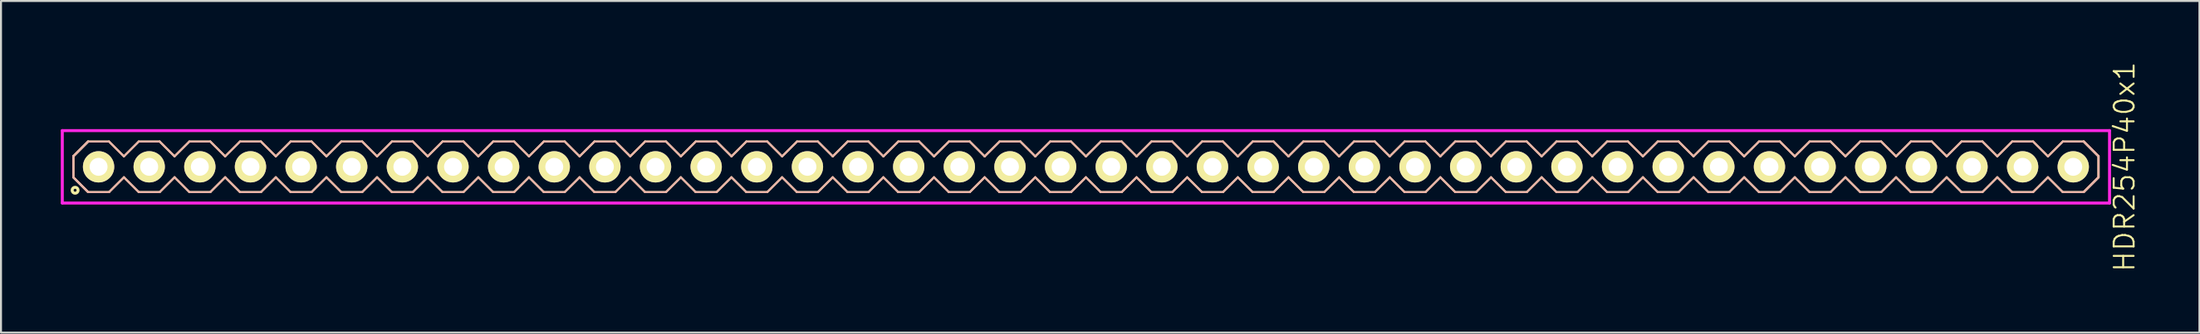
<source format=kicad_pcb>
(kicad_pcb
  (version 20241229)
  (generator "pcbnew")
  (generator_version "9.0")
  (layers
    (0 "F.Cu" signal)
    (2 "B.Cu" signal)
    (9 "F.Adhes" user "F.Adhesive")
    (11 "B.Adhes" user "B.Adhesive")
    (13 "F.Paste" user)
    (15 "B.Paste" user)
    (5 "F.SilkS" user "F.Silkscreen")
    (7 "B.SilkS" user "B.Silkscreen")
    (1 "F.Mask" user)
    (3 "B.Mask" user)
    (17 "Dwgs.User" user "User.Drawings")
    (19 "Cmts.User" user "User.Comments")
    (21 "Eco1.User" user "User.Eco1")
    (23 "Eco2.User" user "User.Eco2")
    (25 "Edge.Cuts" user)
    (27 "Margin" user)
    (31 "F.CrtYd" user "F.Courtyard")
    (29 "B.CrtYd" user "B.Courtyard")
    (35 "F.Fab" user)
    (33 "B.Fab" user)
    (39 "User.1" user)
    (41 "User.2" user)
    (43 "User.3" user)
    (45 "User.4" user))
  (footprint "HDR254P40x1"
    (layer "F.Cu")
    (at 51.425 5.336)
    (property "Reference" "HDR254P40x1" (at 52.1 0 90) (layer "F.SilkS") (effects (font (size 1 1) (thickness 0.1))))
    (attr through_hole)
    (fp_line (start -50.8 -0.526) (end -50.056 -1.27) (stroke (width 0.1) (type solid)) (layer "F.SilkS"))
    (fp_line (start -50.8 -0.526) (end -50.056 -1.27) (stroke (width 0.1) (type solid)) (layer "F.SilkS"))
    (fp_line (start -50.8 0.526) (end -50.8 -0.526) (stroke (width 0.1) (type solid)) (layer "F.SilkS"))
    (fp_line (start -50.8 0.526) (end -50.8 -0.526) (stroke (width 0.1) (type solid)) (layer "F.SilkS"))
    (fp_line (start -50.056 -1.27) (end -49.004 -1.27) (stroke (width 0.1) (type solid)) (layer "F.SilkS"))
    (fp_line (start -50.056 1.27) (end -50.8 0.526) (stroke (width 0.1) (type solid)) (layer "F.SilkS"))
    (fp_line (start -50.056 1.27) (end -50.8 0.526) (stroke (width 0.1) (type solid)) (layer "F.SilkS"))
    (fp_line (start -49.004 -1.27) (end -48.26 -0.526) (stroke (width 0.1) (type solid)) (layer "F.SilkS"))
    (fp_line (start -49.004 1.27) (end -50.056 1.27) (stroke (width 0.1) (type solid)) (layer "F.SilkS"))
    (fp_line (start -48.26 -0.526) (end -47.516 -1.27) (stroke (width 0.1) (type solid)) (layer "F.SilkS"))
    (fp_line (start -48.26 0.526) (end -49.004 1.27) (stroke (width 0.1) (type solid)) (layer "F.SilkS"))
    (fp_line (start -47.516 -1.27) (end -46.464 -1.27) (stroke (width 0.1) (type solid)) (layer "F.SilkS"))
    (fp_line (start -47.516 1.27) (end -48.26 0.526) (stroke (width 0.1) (type solid)) (layer "F.SilkS"))
    (fp_line (start -46.464 -1.27) (end -45.72 -0.526) (stroke (width 0.1) (type solid)) (layer "F.SilkS"))
    (fp_line (start -46.464 1.27) (end -47.516 1.27) (stroke (width 0.1) (type solid)) (layer "F.SilkS"))
    (fp_line (start -45.72 -0.526) (end -44.976 -1.27) (stroke (width 0.1) (type solid)) (layer "F.SilkS"))
    (fp_line (start -45.72 0.526) (end -46.464 1.27) (stroke (width 0.1) (type solid)) (layer "F.SilkS"))
    (fp_line (start -44.976 -1.27) (end -43.924 -1.27) (stroke (width 0.1) (type solid)) (layer "F.SilkS"))
    (fp_line (start -44.976 1.27) (end -45.72 0.526) (stroke (width 0.1) (type solid)) (layer "F.SilkS"))
    (fp_line (start -43.924 -1.27) (end -43.18 -0.526) (stroke (width 0.1) (type solid)) (layer "F.SilkS"))
    (fp_line (start -43.924 1.27) (end -44.976 1.27) (stroke (width 0.1) (type solid)) (layer "F.SilkS"))
    (fp_line (start -43.18 -0.526) (end -42.436 -1.27) (stroke (width 0.1) (type solid)) (layer "F.SilkS"))
    (fp_line (start -43.18 0.526) (end -43.924 1.27) (stroke (width 0.1) (type solid)) (layer "F.SilkS"))
    (fp_line (start -42.436 -1.27) (end -41.384 -1.27) (stroke (width 0.1) (type solid)) (layer "F.SilkS"))
    (fp_line (start -42.436 1.27) (end -43.18 0.526) (stroke (width 0.1) (type solid)) (layer "F.SilkS"))
    (fp_line (start -41.384 -1.27) (end -40.64 -0.526) (stroke (width 0.1) (type solid)) (layer "F.SilkS"))
    (fp_line (start -41.384 1.27) (end -42.436 1.27) (stroke (width 0.1) (type solid)) (layer "F.SilkS"))
    (fp_line (start -40.64 -0.526) (end -39.896 -1.27) (stroke (width 0.1) (type solid)) (layer "F.SilkS"))
    (fp_line (start -40.64 0.526) (end -41.384 1.27) (stroke (width 0.1) (type solid)) (layer "F.SilkS"))
    (fp_line (start -39.896 -1.27) (end -38.844 -1.27) (stroke (width 0.1) (type solid)) (layer "F.SilkS"))
    (fp_line (start -39.896 1.27) (end -40.64 0.526) (stroke (width 0.1) (type solid)) (layer "F.SilkS"))
    (fp_line (start -38.844 -1.27) (end -38.1 -0.526) (stroke (width 0.1) (type solid)) (layer "F.SilkS"))
    (fp_line (start -38.844 1.27) (end -39.896 1.27) (stroke (width 0.1) (type solid)) (layer "F.SilkS"))
    (fp_line (start -38.1 -0.526) (end -37.356 -1.27) (stroke (width 0.1) (type solid)) (layer "F.SilkS"))
    (fp_line (start -38.1 0.526) (end -38.844 1.27) (stroke (width 0.1) (type solid)) (layer "F.SilkS"))
    (fp_line (start -37.356 -1.27) (end -36.304 -1.27) (stroke (width 0.1) (type solid)) (layer "F.SilkS"))
    (fp_line (start -37.356 1.27) (end -38.1 0.526) (stroke (width 0.1) (type solid)) (layer "F.SilkS"))
    (fp_line (start -36.304 -1.27) (end -35.56 -0.526) (stroke (width 0.1) (type solid)) (layer "F.SilkS"))
    (fp_line (start -36.304 1.27) (end -37.356 1.27) (stroke (width 0.1) (type solid)) (layer "F.SilkS"))
    (fp_line (start -35.56 -0.526) (end -34.816 -1.27) (stroke (width 0.1) (type solid)) (layer "F.SilkS"))
    (fp_line (start -35.56 0.526) (end -36.304 1.27) (stroke (width 0.1) (type solid)) (layer "F.SilkS"))
    (fp_line (start -34.816 -1.27) (end -33.764 -1.27) (stroke (width 0.1) (type solid)) (layer "F.SilkS"))
    (fp_line (start -34.816 1.27) (end -35.56 0.526) (stroke (width 0.1) (type solid)) (layer "F.SilkS"))
    (fp_line (start -33.764 -1.27) (end -33.02 -0.526) (stroke (width 0.1) (type solid)) (layer "F.SilkS"))
    (fp_line (start -33.764 1.27) (end -34.816 1.27) (stroke (width 0.1) (type solid)) (layer "F.SilkS"))
    (fp_line (start -33.02 -0.526) (end -32.276 -1.27) (stroke (width 0.1) (type solid)) (layer "F.SilkS"))
    (fp_line (start -33.02 0.526) (end -33.764 1.27) (stroke (width 0.1) (type solid)) (layer "F.SilkS"))
    (fp_line (start -32.276 -1.27) (end -31.224 -1.27) (stroke (width 0.1) (type solid)) (layer "F.SilkS"))
    (fp_line (start -32.276 1.27) (end -33.02 0.526) (stroke (width 0.1) (type solid)) (layer "F.SilkS"))
    (fp_line (start -31.224 -1.27) (end -30.48 -0.526) (stroke (width 0.1) (type solid)) (layer "F.SilkS"))
    (fp_line (start -31.224 1.27) (end -32.276 1.27) (stroke (width 0.1) (type solid)) (layer "F.SilkS"))
    (fp_line (start -30.48 -0.526) (end -29.736 -1.27) (stroke (width 0.1) (type solid)) (layer "F.SilkS"))
    (fp_line (start -30.48 0.526) (end -31.224 1.27) (stroke (width 0.1) (type solid)) (layer "F.SilkS"))
    (fp_line (start -29.736 -1.27) (end -28.684 -1.27) (stroke (width 0.1) (type solid)) (layer "F.SilkS"))
    (fp_line (start -29.736 1.27) (end -30.48 0.526) (stroke (width 0.1) (type solid)) (layer "F.SilkS"))
    (fp_line (start -28.684 -1.27) (end -27.94 -0.526) (stroke (width 0.1) (type solid)) (layer "F.SilkS"))
    (fp_line (start -28.684 1.27) (end -29.736 1.27) (stroke (width 0.1) (type solid)) (layer "F.SilkS"))
    (fp_line (start -27.94 -0.526) (end -27.196 -1.27) (stroke (width 0.1) (type solid)) (layer "F.SilkS"))
    (fp_line (start -27.94 0.526) (end -28.684 1.27) (stroke (width 0.1) (type solid)) (layer "F.SilkS"))
    (fp_line (start -27.196 -1.27) (end -26.144 -1.27) (stroke (width 0.1) (type solid)) (layer "F.SilkS"))
    (fp_line (start -27.196 1.27) (end -27.94 0.526) (stroke (width 0.1) (type solid)) (layer "F.SilkS"))
    (fp_line (start -26.144 -1.27) (end -25.4 -0.526) (stroke (width 0.1) (type solid)) (layer "F.SilkS"))
    (fp_line (start -26.144 1.27) (end -27.196 1.27) (stroke (width 0.1) (type solid)) (layer "F.SilkS"))
    (fp_line (start -25.4 -0.526) (end -24.656 -1.27) (stroke (width 0.1) (type solid)) (layer "F.SilkS"))
    (fp_line (start -25.4 0.526) (end -26.144 1.27) (stroke (width 0.1) (type solid)) (layer "F.SilkS"))
    (fp_line (start -24.656 -1.27) (end -23.604 -1.27) (stroke (width 0.1) (type solid)) (layer "F.SilkS"))
    (fp_line (start -24.656 1.27) (end -25.4 0.526) (stroke (width 0.1) (type solid)) (layer "F.SilkS"))
    (fp_line (start -23.604 -1.27) (end -22.86 -0.526) (stroke (width 0.1) (type solid)) (layer "F.SilkS"))
    (fp_line (start -23.604 1.27) (end -24.656 1.27) (stroke (width 0.1) (type solid)) (layer "F.SilkS"))
    (fp_line (start -22.86 -0.526) (end -22.116 -1.27) (stroke (width 0.1) (type solid)) (layer "F.SilkS"))
    (fp_line (start -22.86 0.526) (end -23.604 1.27) (stroke (width 0.1) (type solid)) (layer "F.SilkS"))
    (fp_line (start -22.116 -1.27) (end -21.064 -1.27) (stroke (width 0.1) (type solid)) (layer "F.SilkS"))
    (fp_line (start -22.116 1.27) (end -22.86 0.526) (stroke (width 0.1) (type solid)) (layer "F.SilkS"))
    (fp_line (start -21.064 -1.27) (end -20.32 -0.526) (stroke (width 0.1) (type solid)) (layer "F.SilkS"))
    (fp_line (start -21.064 1.27) (end -22.116 1.27) (stroke (width 0.1) (type solid)) (layer "F.SilkS"))
    (fp_line (start -20.32 -0.526) (end -19.576 -1.27) (stroke (width 0.1) (type solid)) (layer "F.SilkS"))
    (fp_line (start -20.32 0.526) (end -21.064 1.27) (stroke (width 0.1) (type solid)) (layer "F.SilkS"))
    (fp_line (start -19.576 -1.27) (end -18.524 -1.27) (stroke (width 0.1) (type solid)) (layer "F.SilkS"))
    (fp_line (start -19.576 1.27) (end -20.32 0.526) (stroke (width 0.1) (type solid)) (layer "F.SilkS"))
    (fp_line (start -18.524 -1.27) (end -17.78 -0.526) (stroke (width 0.1) (type solid)) (layer "F.SilkS"))
    (fp_line (start -18.524 1.27) (end -19.576 1.27) (stroke (width 0.1) (type solid)) (layer "F.SilkS"))
    (fp_line (start -17.78 -0.526) (end -17.036 -1.27) (stroke (width 0.1) (type solid)) (layer "F.SilkS"))
    (fp_line (start -17.78 0.526) (end -18.524 1.27) (stroke (width 0.1) (type solid)) (layer "F.SilkS"))
    (fp_line (start -17.036 -1.27) (end -15.984 -1.27) (stroke (width 0.1) (type solid)) (layer "F.SilkS"))
    (fp_line (start -17.036 1.27) (end -17.78 0.526) (stroke (width 0.1) (type solid)) (layer "F.SilkS"))
    (fp_line (start -15.984 -1.27) (end -15.24 -0.526) (stroke (width 0.1) (type solid)) (layer "F.SilkS"))
    (fp_line (start -15.984 1.27) (end -17.036 1.27) (stroke (width 0.1) (type solid)) (layer "F.SilkS"))
    (fp_line (start -15.24 -0.526) (end -14.496 -1.27) (stroke (width 0.1) (type solid)) (layer "F.SilkS"))
    (fp_line (start -15.24 0.526) (end -15.984 1.27) (stroke (width 0.1) (type solid)) (layer "F.SilkS"))
    (fp_line (start -14.496 -1.27) (end -13.444 -1.27) (stroke (width 0.1) (type solid)) (layer "F.SilkS"))
    (fp_line (start -14.496 1.27) (end -15.24 0.526) (stroke (width 0.1) (type solid)) (layer "F.SilkS"))
    (fp_line (start -13.444 -1.27) (end -12.7 -0.526) (stroke (width 0.1) (type solid)) (layer "F.SilkS"))
    (fp_line (start -13.444 1.27) (end -14.496 1.27) (stroke (width 0.1) (type solid)) (layer "F.SilkS"))
    (fp_line (start -12.7 -0.526) (end -11.956 -1.27) (stroke (width 0.1) (type solid)) (layer "F.SilkS"))
    (fp_line (start -12.7 0.526) (end -13.444 1.27) (stroke (width 0.1) (type solid)) (layer "F.SilkS"))
    (fp_line (start -11.956 -1.27) (end -10.904 -1.27) (stroke (width 0.1) (type solid)) (layer "F.SilkS"))
    (fp_line (start -11.956 1.27) (end -12.7 0.526) (stroke (width 0.1) (type solid)) (layer "F.SilkS"))
    (fp_line (start -10.904 -1.27) (end -10.16 -0.526) (stroke (width 0.1) (type solid)) (layer "F.SilkS"))
    (fp_line (start -10.904 1.27) (end -11.956 1.27) (stroke (width 0.1) (type solid)) (layer "F.SilkS"))
    (fp_line (start -10.16 -0.526) (end -9.416 -1.27) (stroke (width 0.1) (type solid)) (layer "F.SilkS"))
    (fp_line (start -10.16 0.526) (end -10.904 1.27) (stroke (width 0.1) (type solid)) (layer "F.SilkS"))
    (fp_line (start -9.416 -1.27) (end -8.364 -1.27) (stroke (width 0.1) (type solid)) (layer "F.SilkS"))
    (fp_line (start -9.416 1.27) (end -10.16 0.526) (stroke (width 0.1) (type solid)) (layer "F.SilkS"))
    (fp_line (start -8.364 -1.27) (end -7.62 -0.526) (stroke (width 0.1) (type solid)) (layer "F.SilkS"))
    (fp_line (start -8.364 1.27) (end -9.416 1.27) (stroke (width 0.1) (type solid)) (layer "F.SilkS"))
    (fp_line (start -7.62 -0.526) (end -6.876 -1.27) (stroke (width 0.1) (type solid)) (layer "F.SilkS"))
    (fp_line (start -7.62 0.526) (end -8.364 1.27) (stroke (width 0.1) (type solid)) (layer "F.SilkS"))
    (fp_line (start -6.876 -1.27) (end -5.824 -1.27) (stroke (width 0.1) (type solid)) (layer "F.SilkS"))
    (fp_line (start -6.876 1.27) (end -7.62 0.526) (stroke (width 0.1) (type solid)) (layer "F.SilkS"))
    (fp_line (start -5.824 -1.27) (end -5.08 -0.526) (stroke (width 0.1) (type solid)) (layer "F.SilkS"))
    (fp_line (start -5.824 1.27) (end -6.876 1.27) (stroke (width 0.1) (type solid)) (layer "F.SilkS"))
    (fp_line (start -5.08 -0.526) (end -4.336 -1.27) (stroke (width 0.1) (type solid)) (layer "F.SilkS"))
    (fp_line (start -5.08 0.526) (end -5.824 1.27) (stroke (width 0.1) (type solid)) (layer "F.SilkS"))
    (fp_line (start -4.336 -1.27) (end -3.284 -1.27) (stroke (width 0.1) (type solid)) (layer "F.SilkS"))
    (fp_line (start -4.336 1.27) (end -5.08 0.526) (stroke (width 0.1) (type solid)) (layer "F.SilkS"))
    (fp_line (start -3.284 -1.27) (end -2.54 -0.526) (stroke (width 0.1) (type solid)) (layer "F.SilkS"))
    (fp_line (start -3.284 1.27) (end -4.336 1.27) (stroke (width 0.1) (type solid)) (layer "F.SilkS"))
    (fp_line (start -2.54 -0.526) (end -1.796 -1.27) (stroke (width 0.1) (type solid)) (layer "F.SilkS"))
    (fp_line (start -2.54 0.526) (end -3.284 1.27) (stroke (width 0.1) (type solid)) (layer "F.SilkS"))
    (fp_line (start -1.796 -1.27) (end -0.744 -1.27) (stroke (width 0.1) (type solid)) (layer "F.SilkS"))
    (fp_line (start -1.796 1.27) (end -2.54 0.526) (stroke (width 0.1) (type solid)) (layer "F.SilkS"))
    (fp_line (start -0.744 -1.27) (end 0 -0.526) (stroke (width 0.1) (type solid)) (layer "F.SilkS"))
    (fp_line (start -0.744 1.27) (end -1.796 1.27) (stroke (width 0.1) (type solid)) (layer "F.SilkS"))
    (fp_line (start 0 -0.526) (end 0.744 -1.27) (stroke (width 0.1) (type solid)) (layer "F.SilkS"))
    (fp_line (start 0 0.526) (end -0.744 1.27) (stroke (width 0.1) (type solid)) (layer "F.SilkS"))
    (fp_line (start 0.744 -1.27) (end 1.796 -1.27) (stroke (width 0.1) (type solid)) (layer "F.SilkS"))
    (fp_line (start 0.744 1.27) (end 0 0.526) (stroke (width 0.1) (type solid)) (layer "F.SilkS"))
    (fp_line (start 1.796 -1.27) (end 2.54 -0.526) (stroke (width 0.1) (type solid)) (layer "F.SilkS"))
    (fp_line (start 1.796 1.27) (end 0.744 1.27) (stroke (width 0.1) (type solid)) (layer "F.SilkS"))
    (fp_line (start 2.54 -0.526) (end 3.284 -1.27) (stroke (width 0.1) (type solid)) (layer "F.SilkS"))
    (fp_line (start 2.54 0.526) (end 1.796 1.27) (stroke (width 0.1) (type solid)) (layer "F.SilkS"))
    (fp_line (start 3.284 -1.27) (end 4.336 -1.27) (stroke (width 0.1) (type solid)) (layer "F.SilkS"))
    (fp_line (start 3.284 1.27) (end 2.54 0.526) (stroke (width 0.1) (type solid)) (layer "F.SilkS"))
    (fp_line (start 4.336 -1.27) (end 5.08 -0.526) (stroke (width 0.1) (type solid)) (layer "F.SilkS"))
    (fp_line (start 4.336 1.27) (end 3.284 1.27) (stroke (width 0.1) (type solid)) (layer "F.SilkS"))
    (fp_line (start 5.08 -0.526) (end 5.824 -1.27) (stroke (width 0.1) (type solid)) (layer "F.SilkS"))
    (fp_line (start 5.08 0.526) (end 4.336 1.27) (stroke (width 0.1) (type solid)) (layer "F.SilkS"))
    (fp_line (start 5.824 -1.27) (end 6.876 -1.27) (stroke (width 0.1) (type solid)) (layer "F.SilkS"))
    (fp_line (start 5.824 1.27) (end 5.08 0.526) (stroke (width 0.1) (type solid)) (layer "F.SilkS"))
    (fp_line (start 6.876 -1.27) (end 7.62 -0.526) (stroke (width 0.1) (type solid)) (layer "F.SilkS"))
    (fp_line (start 6.876 1.27) (end 5.824 1.27) (stroke (width 0.1) (type solid)) (layer "F.SilkS"))
    (fp_line (start 7.62 -0.526) (end 8.364 -1.27) (stroke (width 0.1) (type solid)) (layer "F.SilkS"))
    (fp_line (start 7.62 0.526) (end 6.876 1.27) (stroke (width 0.1) (type solid)) (layer "F.SilkS"))
    (fp_line (start 8.364 -1.27) (end 9.416 -1.27) (stroke (width 0.1) (type solid)) (layer "F.SilkS"))
    (fp_line (start 8.364 1.27) (end 7.62 0.526) (stroke (width 0.1) (type solid)) (layer "F.SilkS"))
    (fp_line (start 9.416 -1.27) (end 10.16 -0.526) (stroke (width 0.1) (type solid)) (layer "F.SilkS"))
    (fp_line (start 9.416 1.27) (end 8.364 1.27) (stroke (width 0.1) (type solid)) (layer "F.SilkS"))
    (fp_line (start 10.16 -0.526) (end 10.904 -1.27) (stroke (width 0.1) (type solid)) (layer "F.SilkS"))
    (fp_line (start 10.16 0.526) (end 9.416 1.27) (stroke (width 0.1) (type solid)) (layer "F.SilkS"))
    (fp_line (start 10.904 -1.27) (end 11.956 -1.27) (stroke (width 0.1) (type solid)) (layer "F.SilkS"))
    (fp_line (start 10.904 1.27) (end 10.16 0.526) (stroke (width 0.1) (type solid)) (layer "F.SilkS"))
    (fp_line (start 11.956 -1.27) (end 12.7 -0.526) (stroke (width 0.1) (type solid)) (layer "F.SilkS"))
    (fp_line (start 11.956 1.27) (end 10.904 1.27) (stroke (width 0.1) (type solid)) (layer "F.SilkS"))
    (fp_line (start 12.7 -0.526) (end 13.444 -1.27) (stroke (width 0.1) (type solid)) (layer "F.SilkS"))
    (fp_line (start 12.7 0.526) (end 11.956 1.27) (stroke (width 0.1) (type solid)) (layer "F.SilkS"))
    (fp_line (start 13.444 -1.27) (end 14.496 -1.27) (stroke (width 0.1) (type solid)) (layer "F.SilkS"))
    (fp_line (start 13.444 1.27) (end 12.7 0.526) (stroke (width 0.1) (type solid)) (layer "F.SilkS"))
    (fp_line (start 14.496 -1.27) (end 15.24 -0.526) (stroke (width 0.1) (type solid)) (layer "F.SilkS"))
    (fp_line (start 14.496 1.27) (end 13.444 1.27) (stroke (width 0.1) (type solid)) (layer "F.SilkS"))
    (fp_line (start 15.24 -0.526) (end 15.984 -1.27) (stroke (width 0.1) (type solid)) (layer "F.SilkS"))
    (fp_line (start 15.24 0.526) (end 14.496 1.27) (stroke (width 0.1) (type solid)) (layer "F.SilkS"))
    (fp_line (start 15.984 -1.27) (end 17.036 -1.27) (stroke (width 0.1) (type solid)) (layer "F.SilkS"))
    (fp_line (start 15.984 1.27) (end 15.24 0.526) (stroke (width 0.1) (type solid)) (layer "F.SilkS"))
    (fp_line (start 17.036 -1.27) (end 17.78 -0.526) (stroke (width 0.1) (type solid)) (layer "F.SilkS"))
    (fp_line (start 17.036 1.27) (end 15.984 1.27) (stroke (width 0.1) (type solid)) (layer "F.SilkS"))
    (fp_line (start 17.78 -0.526) (end 18.524 -1.27) (stroke (width 0.1) (type solid)) (layer "F.SilkS"))
    (fp_line (start 17.78 0.526) (end 17.036 1.27) (stroke (width 0.1) (type solid)) (layer "F.SilkS"))
    (fp_line (start 18.524 -1.27) (end 19.576 -1.27) (stroke (width 0.1) (type solid)) (layer "F.SilkS"))
    (fp_line (start 18.524 1.27) (end 17.78 0.526) (stroke (width 0.1) (type solid)) (layer "F.SilkS"))
    (fp_line (start 19.576 -1.27) (end 20.32 -0.526) (stroke (width 0.1) (type solid)) (layer "F.SilkS"))
    (fp_line (start 19.576 1.27) (end 18.524 1.27) (stroke (width 0.1) (type solid)) (layer "F.SilkS"))
    (fp_line (start 20.32 -0.526) (end 21.064 -1.27) (stroke (width 0.1) (type solid)) (layer "F.SilkS"))
    (fp_line (start 20.32 0.526) (end 19.576 1.27) (stroke (width 0.1) (type solid)) (layer "F.SilkS"))
    (fp_line (start 21.064 -1.27) (end 22.116 -1.27) (stroke (width 0.1) (type solid)) (layer "F.SilkS"))
    (fp_line (start 21.064 1.27) (end 20.32 0.526) (stroke (width 0.1) (type solid)) (layer "F.SilkS"))
    (fp_line (start 22.116 -1.27) (end 22.86 -0.526) (stroke (width 0.1) (type solid)) (layer "F.SilkS"))
    (fp_line (start 22.116 1.27) (end 21.064 1.27) (stroke (width 0.1) (type solid)) (layer "F.SilkS"))
    (fp_line (start 22.86 -0.526) (end 23.604 -1.27) (stroke (width 0.1) (type solid)) (layer "F.SilkS"))
    (fp_line (start 22.86 0.526) (end 22.116 1.27) (stroke (width 0.1) (type solid)) (layer "F.SilkS"))
    (fp_line (start 23.604 -1.27) (end 24.656 -1.27) (stroke (width 0.1) (type solid)) (layer "F.SilkS"))
    (fp_line (start 23.604 1.27) (end 22.86 0.526) (stroke (width 0.1) (type solid)) (layer "F.SilkS"))
    (fp_line (start 24.656 -1.27) (end 25.4 -0.526) (stroke (width 0.1) (type solid)) (layer "F.SilkS"))
    (fp_line (start 24.656 1.27) (end 23.604 1.27) (stroke (width 0.1) (type solid)) (layer "F.SilkS"))
    (fp_line (start 25.4 -0.526) (end 26.144 -1.27) (stroke (width 0.1) (type solid)) (layer "F.SilkS"))
    (fp_line (start 25.4 0.526) (end 24.656 1.27) (stroke (width 0.1) (type solid)) (layer "F.SilkS"))
    (fp_line (start 26.144 -1.27) (end 27.196 -1.27) (stroke (width 0.1) (type solid)) (layer "F.SilkS"))
    (fp_line (start 26.144 1.27) (end 25.4 0.526) (stroke (width 0.1) (type solid)) (layer "F.SilkS"))
    (fp_line (start 27.196 -1.27) (end 27.94 -0.526) (stroke (width 0.1) (type solid)) (layer "F.SilkS"))
    (fp_line (start 27.196 1.27) (end 26.144 1.27) (stroke (width 0.1) (type solid)) (layer "F.SilkS"))
    (fp_line (start 27.94 -0.526) (end 28.684 -1.27) (stroke (width 0.1) (type solid)) (layer "F.SilkS"))
    (fp_line (start 27.94 0.526) (end 27.196 1.27) (stroke (width 0.1) (type solid)) (layer "F.SilkS"))
    (fp_line (start 28.684 -1.27) (end 29.736 -1.27) (stroke (width 0.1) (type solid)) (layer "F.SilkS"))
    (fp_line (start 28.684 1.27) (end 27.94 0.526) (stroke (width 0.1) (type solid)) (layer "F.SilkS"))
    (fp_line (start 29.736 -1.27) (end 30.48 -0.526) (stroke (width 0.1) (type solid)) (layer "F.SilkS"))
    (fp_line (start 29.736 1.27) (end 28.684 1.27) (stroke (width 0.1) (type solid)) (layer "F.SilkS"))
    (fp_line (start 30.48 -0.526) (end 31.224 -1.27) (stroke (width 0.1) (type solid)) (layer "F.SilkS"))
    (fp_line (start 30.48 0.526) (end 29.736 1.27) (stroke (width 0.1) (type solid)) (layer "F.SilkS"))
    (fp_line (start 31.224 -1.27) (end 32.276 -1.27) (stroke (width 0.1) (type solid)) (layer "F.SilkS"))
    (fp_line (start 31.224 1.27) (end 30.48 0.526) (stroke (width 0.1) (type solid)) (layer "F.SilkS"))
    (fp_line (start 32.276 -1.27) (end 33.02 -0.526) (stroke (width 0.1) (type solid)) (layer "F.SilkS"))
    (fp_line (start 32.276 1.27) (end 31.224 1.27) (stroke (width 0.1) (type solid)) (layer "F.SilkS"))
    (fp_line (start 33.02 -0.526) (end 33.764 -1.27) (stroke (width 0.1) (type solid)) (layer "F.SilkS"))
    (fp_line (start 33.02 0.526) (end 32.276 1.27) (stroke (width 0.1) (type solid)) (layer "F.SilkS"))
    (fp_line (start 33.764 -1.27) (end 34.816 -1.27) (stroke (width 0.1) (type solid)) (layer "F.SilkS"))
    (fp_line (start 33.764 1.27) (end 33.02 0.526) (stroke (width 0.1) (type solid)) (layer "F.SilkS"))
    (fp_line (start 34.816 -1.27) (end 35.56 -0.526) (stroke (width 0.1) (type solid)) (layer "F.SilkS"))
    (fp_line (start 34.816 1.27) (end 33.764 1.27) (stroke (width 0.1) (type solid)) (layer "F.SilkS"))
    (fp_line (start 35.56 -0.526) (end 36.304 -1.27) (stroke (width 0.1) (type solid)) (layer "F.SilkS"))
    (fp_line (start 35.56 0.526) (end 34.816 1.27) (stroke (width 0.1) (type solid)) (layer "F.SilkS"))
    (fp_line (start 36.304 -1.27) (end 37.356 -1.27) (stroke (width 0.1) (type solid)) (layer "F.SilkS"))
    (fp_line (start 36.304 1.27) (end 35.56 0.526) (stroke (width 0.1) (type solid)) (layer "F.SilkS"))
    (fp_line (start 37.356 -1.27) (end 38.1 -0.526) (stroke (width 0.1) (type solid)) (layer "F.SilkS"))
    (fp_line (start 37.356 1.27) (end 36.304 1.27) (stroke (width 0.1) (type solid)) (layer "F.SilkS"))
    (fp_line (start 38.1 -0.526) (end 38.844 -1.27) (stroke (width 0.1) (type solid)) (layer "F.SilkS"))
    (fp_line (start 38.1 0.526) (end 37.356 1.27) (stroke (width 0.1) (type solid)) (layer "F.SilkS"))
    (fp_line (start 38.844 -1.27) (end 39.896 -1.27) (stroke (width 0.1) (type solid)) (layer "F.SilkS"))
    (fp_line (start 38.844 1.27) (end 38.1 0.526) (stroke (width 0.1) (type solid)) (layer "F.SilkS"))
    (fp_line (start 39.896 -1.27) (end 40.64 -0.526) (stroke (width 0.1) (type solid)) (layer "F.SilkS"))
    (fp_line (start 39.896 1.27) (end 38.844 1.27) (stroke (width 0.1) (type solid)) (layer "F.SilkS"))
    (fp_line (start 40.64 -0.526) (end 41.384 -1.27) (stroke (width 0.1) (type solid)) (layer "F.SilkS"))
    (fp_line (start 40.64 0.526) (end 39.896 1.27) (stroke (width 0.1) (type solid)) (layer "F.SilkS"))
    (fp_line (start 41.384 -1.27) (end 42.436 -1.27) (stroke (width 0.1) (type solid)) (layer "F.SilkS"))
    (fp_line (start 41.384 1.27) (end 40.64 0.526) (stroke (width 0.1) (type solid)) (layer "F.SilkS"))
    (fp_line (start 42.436 -1.27) (end 43.18 -0.526) (stroke (width 0.1) (type solid)) (layer "F.SilkS"))
    (fp_line (start 42.436 1.27) (end 41.384 1.27) (stroke (width 0.1) (type solid)) (layer "F.SilkS"))
    (fp_line (start 43.18 -0.526) (end 43.924 -1.27) (stroke (width 0.1) (type solid)) (layer "F.SilkS"))
    (fp_line (start 43.18 0.526) (end 42.436 1.27) (stroke (width 0.1) (type solid)) (layer "F.SilkS"))
    (fp_line (start 43.924 -1.27) (end 44.976 -1.27) (stroke (width 0.1) (type solid)) (layer "F.SilkS"))
    (fp_line (start 43.924 1.27) (end 43.18 0.526) (stroke (width 0.1) (type solid)) (layer "F.SilkS"))
    (fp_line (start 44.976 -1.27) (end 45.72 -0.526) (stroke (width 0.1) (type solid)) (layer "F.SilkS"))
    (fp_line (start 44.976 1.27) (end 43.924 1.27) (stroke (width 0.1) (type solid)) (layer "F.SilkS"))
    (fp_line (start 45.72 -0.526) (end 46.464 -1.27) (stroke (width 0.1) (type solid)) (layer "F.SilkS"))
    (fp_line (start 45.72 0.526) (end 44.976 1.27) (stroke (width 0.1) (type solid)) (layer "F.SilkS"))
    (fp_line (start 46.464 -1.27) (end 47.516 -1.27) (stroke (width 0.1) (type solid)) (layer "F.SilkS"))
    (fp_line (start 46.464 1.27) (end 45.72 0.526) (stroke (width 0.1) (type solid)) (layer "F.SilkS"))
    (fp_line (start 47.516 -1.27) (end 48.26 -0.526) (stroke (width 0.1) (type solid)) (layer "F.SilkS"))
    (fp_line (start 47.516 1.27) (end 46.464 1.27) (stroke (width 0.1) (type solid)) (layer "F.SilkS"))
    (fp_line (start 48.26 -0.526) (end 49.004 -1.27) (stroke (width 0.1) (type solid)) (layer "F.SilkS"))
    (fp_line (start 48.26 0.526) (end 47.516 1.27) (stroke (width 0.1) (type solid)) (layer "F.SilkS"))
    (fp_line (start 49.004 -1.27) (end 50.056 -1.27) (stroke (width 0.1) (type solid)) (layer "F.SilkS"))
    (fp_line (start 49.004 1.27) (end 48.26 0.526) (stroke (width 0.1) (type solid)) (layer "F.SilkS"))
    (fp_line (start 50.056 -1.27) (end 50.8 -0.526) (stroke (width 0.1) (type solid)) (layer "F.SilkS"))
    (fp_line (start 50.056 -1.27) (end 50.8 -0.526) (stroke (width 0.1) (type solid)) (layer "F.SilkS"))
    (fp_line (start 50.056 1.27) (end 49.004 1.27) (stroke (width 0.1) (type solid)) (layer "F.SilkS"))
    (fp_line (start 50.8 -0.526) (end 50.8 0.526) (stroke (width 0.1) (type solid)) (layer "F.SilkS"))
    (fp_line (start 50.8 -0.526) (end 50.8 0.526) (stroke (width 0.1) (type solid)) (layer "F.SilkS"))
    (fp_line (start 50.8 0.526) (end 50.056 1.27) (stroke (width 0.1) (type solid)) (layer "F.SilkS"))
    (fp_line (start 50.8 0.526) (end 50.056 1.27) (stroke (width 0.1) (type solid)) (layer "F.SilkS"))
    (fp_circle (center -50.707 1.178) (end -50.558 1.178) (stroke (width 0.15) (type solid)) (fill no) (layer "F.SilkS"))
    (fp_line (start -50.8 -0.526) (end -50.056 -1.27) (stroke (width 0.1) (type solid)) (layer "B.SilkS"))
    (fp_line (start -50.8 -0.526) (end -50.056 -1.27) (stroke (width 0.1) (type solid)) (layer "B.SilkS"))
    (fp_line (start -50.8 0.526) (end -50.8 -0.526) (stroke (width 0.1) (type solid)) (layer "B.SilkS"))
    (fp_line (start -50.8 0.526) (end -50.8 -0.526) (stroke (width 0.1) (type solid)) (layer "B.SilkS"))
    (fp_line (start -50.056 -1.27) (end -49.004 -1.27) (stroke (width 0.1) (type solid)) (layer "B.SilkS"))
    (fp_line (start -50.056 1.27) (end -50.8 0.526) (stroke (width 0.1) (type solid)) (layer "B.SilkS"))
    (fp_line (start -50.056 1.27) (end -50.8 0.526) (stroke (width 0.1) (type solid)) (layer "B.SilkS"))
    (fp_line (start -49.004 -1.27) (end -48.26 -0.526) (stroke (width 0.1) (type solid)) (layer "B.SilkS"))
    (fp_line (start -49.004 1.27) (end -50.056 1.27) (stroke (width 0.1) (type solid)) (layer "B.SilkS"))
    (fp_line (start -48.26 -0.526) (end -47.516 -1.27) (stroke (width 0.1) (type solid)) (layer "B.SilkS"))
    (fp_line (start -48.26 0.526) (end -49.004 1.27) (stroke (width 0.1) (type solid)) (layer "B.SilkS"))
    (fp_line (start -47.516 -1.27) (end -46.464 -1.27) (stroke (width 0.1) (type solid)) (layer "B.SilkS"))
    (fp_line (start -47.516 1.27) (end -48.26 0.526) (stroke (width 0.1) (type solid)) (layer "B.SilkS"))
    (fp_line (start -46.464 -1.27) (end -45.72 -0.526) (stroke (width 0.1) (type solid)) (layer "B.SilkS"))
    (fp_line (start -46.464 1.27) (end -47.516 1.27) (stroke (width 0.1) (type solid)) (layer "B.SilkS"))
    (fp_line (start -45.72 -0.526) (end -44.976 -1.27) (stroke (width 0.1) (type solid)) (layer "B.SilkS"))
    (fp_line (start -45.72 0.526) (end -46.464 1.27) (stroke (width 0.1) (type solid)) (layer "B.SilkS"))
    (fp_line (start -44.976 -1.27) (end -43.924 -1.27) (stroke (width 0.1) (type solid)) (layer "B.SilkS"))
    (fp_line (start -44.976 1.27) (end -45.72 0.526) (stroke (width 0.1) (type solid)) (layer "B.SilkS"))
    (fp_line (start -43.924 -1.27) (end -43.18 -0.526) (stroke (width 0.1) (type solid)) (layer "B.SilkS"))
    (fp_line (start -43.924 1.27) (end -44.976 1.27) (stroke (width 0.1) (type solid)) (layer "B.SilkS"))
    (fp_line (start -43.18 -0.526) (end -42.436 -1.27) (stroke (width 0.1) (type solid)) (layer "B.SilkS"))
    (fp_line (start -43.18 0.526) (end -43.924 1.27) (stroke (width 0.1) (type solid)) (layer "B.SilkS"))
    (fp_line (start -42.436 -1.27) (end -41.384 -1.27) (stroke (width 0.1) (type solid)) (layer "B.SilkS"))
    (fp_line (start -42.436 1.27) (end -43.18 0.526) (stroke (width 0.1) (type solid)) (layer "B.SilkS"))
    (fp_line (start -41.384 -1.27) (end -40.64 -0.526) (stroke (width 0.1) (type solid)) (layer "B.SilkS"))
    (fp_line (start -41.384 1.27) (end -42.436 1.27) (stroke (width 0.1) (type solid)) (layer "B.SilkS"))
    (fp_line (start -40.64 -0.526) (end -39.896 -1.27) (stroke (width 0.1) (type solid)) (layer "B.SilkS"))
    (fp_line (start -40.64 0.526) (end -41.384 1.27) (stroke (width 0.1) (type solid)) (layer "B.SilkS"))
    (fp_line (start -39.896 -1.27) (end -38.844 -1.27) (stroke (width 0.1) (type solid)) (layer "B.SilkS"))
    (fp_line (start -39.896 1.27) (end -40.64 0.526) (stroke (width 0.1) (type solid)) (layer "B.SilkS"))
    (fp_line (start -38.844 -1.27) (end -38.1 -0.526) (stroke (width 0.1) (type solid)) (layer "B.SilkS"))
    (fp_line (start -38.844 1.27) (end -39.896 1.27) (stroke (width 0.1) (type solid)) (layer "B.SilkS"))
    (fp_line (start -38.1 -0.526) (end -37.356 -1.27) (stroke (width 0.1) (type solid)) (layer "B.SilkS"))
    (fp_line (start -38.1 0.526) (end -38.844 1.27) (stroke (width 0.1) (type solid)) (layer "B.SilkS"))
    (fp_line (start -37.356 -1.27) (end -36.304 -1.27) (stroke (width 0.1) (type solid)) (layer "B.SilkS"))
    (fp_line (start -37.356 1.27) (end -38.1 0.526) (stroke (width 0.1) (type solid)) (layer "B.SilkS"))
    (fp_line (start -36.304 -1.27) (end -35.56 -0.526) (stroke (width 0.1) (type solid)) (layer "B.SilkS"))
    (fp_line (start -36.304 1.27) (end -37.356 1.27) (stroke (width 0.1) (type solid)) (layer "B.SilkS"))
    (fp_line (start -35.56 -0.526) (end -34.816 -1.27) (stroke (width 0.1) (type solid)) (layer "B.SilkS"))
    (fp_line (start -35.56 0.526) (end -36.304 1.27) (stroke (width 0.1) (type solid)) (layer "B.SilkS"))
    (fp_line (start -34.816 -1.27) (end -33.764 -1.27) (stroke (width 0.1) (type solid)) (layer "B.SilkS"))
    (fp_line (start -34.816 1.27) (end -35.56 0.526) (stroke (width 0.1) (type solid)) (layer "B.SilkS"))
    (fp_line (start -33.764 -1.27) (end -33.02 -0.526) (stroke (width 0.1) (type solid)) (layer "B.SilkS"))
    (fp_line (start -33.764 1.27) (end -34.816 1.27) (stroke (width 0.1) (type solid)) (layer "B.SilkS"))
    (fp_line (start -33.02 -0.526) (end -32.276 -1.27) (stroke (width 0.1) (type solid)) (layer "B.SilkS"))
    (fp_line (start -33.02 0.526) (end -33.764 1.27) (stroke (width 0.1) (type solid)) (layer "B.SilkS"))
    (fp_line (start -32.276 -1.27) (end -31.224 -1.27) (stroke (width 0.1) (type solid)) (layer "B.SilkS"))
    (fp_line (start -32.276 1.27) (end -33.02 0.526) (stroke (width 0.1) (type solid)) (layer "B.SilkS"))
    (fp_line (start -31.224 -1.27) (end -30.48 -0.526) (stroke (width 0.1) (type solid)) (layer "B.SilkS"))
    (fp_line (start -31.224 1.27) (end -32.276 1.27) (stroke (width 0.1) (type solid)) (layer "B.SilkS"))
    (fp_line (start -30.48 -0.526) (end -29.736 -1.27) (stroke (width 0.1) (type solid)) (layer "B.SilkS"))
    (fp_line (start -30.48 0.526) (end -31.224 1.27) (stroke (width 0.1) (type solid)) (layer "B.SilkS"))
    (fp_line (start -29.736 -1.27) (end -28.684 -1.27) (stroke (width 0.1) (type solid)) (layer "B.SilkS"))
    (fp_line (start -29.736 1.27) (end -30.48 0.526) (stroke (width 0.1) (type solid)) (layer "B.SilkS"))
    (fp_line (start -28.684 -1.27) (end -27.94 -0.526) (stroke (width 0.1) (type solid)) (layer "B.SilkS"))
    (fp_line (start -28.684 1.27) (end -29.736 1.27) (stroke (width 0.1) (type solid)) (layer "B.SilkS"))
    (fp_line (start -27.94 -0.526) (end -27.196 -1.27) (stroke (width 0.1) (type solid)) (layer "B.SilkS"))
    (fp_line (start -27.94 0.526) (end -28.684 1.27) (stroke (width 0.1) (type solid)) (layer "B.SilkS"))
    (fp_line (start -27.196 -1.27) (end -26.144 -1.27) (stroke (width 0.1) (type solid)) (layer "B.SilkS"))
    (fp_line (start -27.196 1.27) (end -27.94 0.526) (stroke (width 0.1) (type solid)) (layer "B.SilkS"))
    (fp_line (start -26.144 -1.27) (end -25.4 -0.526) (stroke (width 0.1) (type solid)) (layer "B.SilkS"))
    (fp_line (start -26.144 1.27) (end -27.196 1.27) (stroke (width 0.1) (type solid)) (layer "B.SilkS"))
    (fp_line (start -25.4 -0.526) (end -24.656 -1.27) (stroke (width 0.1) (type solid)) (layer "B.SilkS"))
    (fp_line (start -25.4 0.526) (end -26.144 1.27) (stroke (width 0.1) (type solid)) (layer "B.SilkS"))
    (fp_line (start -24.656 -1.27) (end -23.604 -1.27) (stroke (width 0.1) (type solid)) (layer "B.SilkS"))
    (fp_line (start -24.656 1.27) (end -25.4 0.526) (stroke (width 0.1) (type solid)) (layer "B.SilkS"))
    (fp_line (start -23.604 -1.27) (end -22.86 -0.526) (stroke (width 0.1) (type solid)) (layer "B.SilkS"))
    (fp_line (start -23.604 1.27) (end -24.656 1.27) (stroke (width 0.1) (type solid)) (layer "B.SilkS"))
    (fp_line (start -22.86 -0.526) (end -22.116 -1.27) (stroke (width 0.1) (type solid)) (layer "B.SilkS"))
    (fp_line (start -22.86 0.526) (end -23.604 1.27) (stroke (width 0.1) (type solid)) (layer "B.SilkS"))
    (fp_line (start -22.116 -1.27) (end -21.064 -1.27) (stroke (width 0.1) (type solid)) (layer "B.SilkS"))
    (fp_line (start -22.116 1.27) (end -22.86 0.526) (stroke (width 0.1) (type solid)) (layer "B.SilkS"))
    (fp_line (start -21.064 -1.27) (end -20.32 -0.526) (stroke (width 0.1) (type solid)) (layer "B.SilkS"))
    (fp_line (start -21.064 1.27) (end -22.116 1.27) (stroke (width 0.1) (type solid)) (layer "B.SilkS"))
    (fp_line (start -20.32 -0.526) (end -19.576 -1.27) (stroke (width 0.1) (type solid)) (layer "B.SilkS"))
    (fp_line (start -20.32 0.526) (end -21.064 1.27) (stroke (width 0.1) (type solid)) (layer "B.SilkS"))
    (fp_line (start -19.576 -1.27) (end -18.524 -1.27) (stroke (width 0.1) (type solid)) (layer "B.SilkS"))
    (fp_line (start -19.576 1.27) (end -20.32 0.526) (stroke (width 0.1) (type solid)) (layer "B.SilkS"))
    (fp_line (start -18.524 -1.27) (end -17.78 -0.526) (stroke (width 0.1) (type solid)) (layer "B.SilkS"))
    (fp_line (start -18.524 1.27) (end -19.576 1.27) (stroke (width 0.1) (type solid)) (layer "B.SilkS"))
    (fp_line (start -17.78 -0.526) (end -17.036 -1.27) (stroke (width 0.1) (type solid)) (layer "B.SilkS"))
    (fp_line (start -17.78 0.526) (end -18.524 1.27) (stroke (width 0.1) (type solid)) (layer "B.SilkS"))
    (fp_line (start -17.036 -1.27) (end -15.984 -1.27) (stroke (width 0.1) (type solid)) (layer "B.SilkS"))
    (fp_line (start -17.036 1.27) (end -17.78 0.526) (stroke (width 0.1) (type solid)) (layer "B.SilkS"))
    (fp_line (start -15.984 -1.27) (end -15.24 -0.526) (stroke (width 0.1) (type solid)) (layer "B.SilkS"))
    (fp_line (start -15.984 1.27) (end -17.036 1.27) (stroke (width 0.1) (type solid)) (layer "B.SilkS"))
    (fp_line (start -15.24 -0.526) (end -14.496 -1.27) (stroke (width 0.1) (type solid)) (layer "B.SilkS"))
    (fp_line (start -15.24 0.526) (end -15.984 1.27) (stroke (width 0.1) (type solid)) (layer "B.SilkS"))
    (fp_line (start -14.496 -1.27) (end -13.444 -1.27) (stroke (width 0.1) (type solid)) (layer "B.SilkS"))
    (fp_line (start -14.496 1.27) (end -15.24 0.526) (stroke (width 0.1) (type solid)) (layer "B.SilkS"))
    (fp_line (start -13.444 -1.27) (end -12.7 -0.526) (stroke (width 0.1) (type solid)) (layer "B.SilkS"))
    (fp_line (start -13.444 1.27) (end -14.496 1.27) (stroke (width 0.1) (type solid)) (layer "B.SilkS"))
    (fp_line (start -12.7 -0.526) (end -11.956 -1.27) (stroke (width 0.1) (type solid)) (layer "B.SilkS"))
    (fp_line (start -12.7 0.526) (end -13.444 1.27) (stroke (width 0.1) (type solid)) (layer "B.SilkS"))
    (fp_line (start -11.956 -1.27) (end -10.904 -1.27) (stroke (width 0.1) (type solid)) (layer "B.SilkS"))
    (fp_line (start -11.956 1.27) (end -12.7 0.526) (stroke (width 0.1) (type solid)) (layer "B.SilkS"))
    (fp_line (start -10.904 -1.27) (end -10.16 -0.526) (stroke (width 0.1) (type solid)) (layer "B.SilkS"))
    (fp_line (start -10.904 1.27) (end -11.956 1.27) (stroke (width 0.1) (type solid)) (layer "B.SilkS"))
    (fp_line (start -10.16 -0.526) (end -9.416 -1.27) (stroke (width 0.1) (type solid)) (layer "B.SilkS"))
    (fp_line (start -10.16 0.526) (end -10.904 1.27) (stroke (width 0.1) (type solid)) (layer "B.SilkS"))
    (fp_line (start -9.416 -1.27) (end -8.364 -1.27) (stroke (width 0.1) (type solid)) (layer "B.SilkS"))
    (fp_line (start -9.416 1.27) (end -10.16 0.526) (stroke (width 0.1) (type solid)) (layer "B.SilkS"))
    (fp_line (start -8.364 -1.27) (end -7.62 -0.526) (stroke (width 0.1) (type solid)) (layer "B.SilkS"))
    (fp_line (start -8.364 1.27) (end -9.416 1.27) (stroke (width 0.1) (type solid)) (layer "B.SilkS"))
    (fp_line (start -7.62 -0.526) (end -6.876 -1.27) (stroke (width 0.1) (type solid)) (layer "B.SilkS"))
    (fp_line (start -7.62 0.526) (end -8.364 1.27) (stroke (width 0.1) (type solid)) (layer "B.SilkS"))
    (fp_line (start -6.876 -1.27) (end -5.824 -1.27) (stroke (width 0.1) (type solid)) (layer "B.SilkS"))
    (fp_line (start -6.876 1.27) (end -7.62 0.526) (stroke (width 0.1) (type solid)) (layer "B.SilkS"))
    (fp_line (start -5.824 -1.27) (end -5.08 -0.526) (stroke (width 0.1) (type solid)) (layer "B.SilkS"))
    (fp_line (start -5.824 1.27) (end -6.876 1.27) (stroke (width 0.1) (type solid)) (layer "B.SilkS"))
    (fp_line (start -5.08 -0.526) (end -4.336 -1.27) (stroke (width 0.1) (type solid)) (layer "B.SilkS"))
    (fp_line (start -5.08 0.526) (end -5.824 1.27) (stroke (width 0.1) (type solid)) (layer "B.SilkS"))
    (fp_line (start -4.336 -1.27) (end -3.284 -1.27) (stroke (width 0.1) (type solid)) (layer "B.SilkS"))
    (fp_line (start -4.336 1.27) (end -5.08 0.526) (stroke (width 0.1) (type solid)) (layer "B.SilkS"))
    (fp_line (start -3.284 -1.27) (end -2.54 -0.526) (stroke (width 0.1) (type solid)) (layer "B.SilkS"))
    (fp_line (start -3.284 1.27) (end -4.336 1.27) (stroke (width 0.1) (type solid)) (layer "B.SilkS"))
    (fp_line (start -2.54 -0.526) (end -1.796 -1.27) (stroke (width 0.1) (type solid)) (layer "B.SilkS"))
    (fp_line (start -2.54 0.526) (end -3.284 1.27) (stroke (width 0.1) (type solid)) (layer "B.SilkS"))
    (fp_line (start -1.796 -1.27) (end -0.744 -1.27) (stroke (width 0.1) (type solid)) (layer "B.SilkS"))
    (fp_line (start -1.796 1.27) (end -2.54 0.526) (stroke (width 0.1) (type solid)) (layer "B.SilkS"))
    (fp_line (start -0.744 -1.27) (end 0 -0.526) (stroke (width 0.1) (type solid)) (layer "B.SilkS"))
    (fp_line (start -0.744 1.27) (end -1.796 1.27) (stroke (width 0.1) (type solid)) (layer "B.SilkS"))
    (fp_line (start 0 -0.526) (end 0.744 -1.27) (stroke (width 0.1) (type solid)) (layer "B.SilkS"))
    (fp_line (start 0 0.526) (end -0.744 1.27) (stroke (width 0.1) (type solid)) (layer "B.SilkS"))
    (fp_line (start 0.744 -1.27) (end 1.796 -1.27) (stroke (width 0.1) (type solid)) (layer "B.SilkS"))
    (fp_line (start 0.744 1.27) (end 0 0.526) (stroke (width 0.1) (type solid)) (layer "B.SilkS"))
    (fp_line (start 1.796 -1.27) (end 2.54 -0.526) (stroke (width 0.1) (type solid)) (layer "B.SilkS"))
    (fp_line (start 1.796 1.27) (end 0.744 1.27) (stroke (width 0.1) (type solid)) (layer "B.SilkS"))
    (fp_line (start 2.54 -0.526) (end 3.284 -1.27) (stroke (width 0.1) (type solid)) (layer "B.SilkS"))
    (fp_line (start 2.54 0.526) (end 1.796 1.27) (stroke (width 0.1) (type solid)) (layer "B.SilkS"))
    (fp_line (start 3.284 -1.27) (end 4.336 -1.27) (stroke (width 0.1) (type solid)) (layer "B.SilkS"))
    (fp_line (start 3.284 1.27) (end 2.54 0.526) (stroke (width 0.1) (type solid)) (layer "B.SilkS"))
    (fp_line (start 4.336 -1.27) (end 5.08 -0.526) (stroke (width 0.1) (type solid)) (layer "B.SilkS"))
    (fp_line (start 4.336 1.27) (end 3.284 1.27) (stroke (width 0.1) (type solid)) (layer "B.SilkS"))
    (fp_line (start 5.08 -0.526) (end 5.824 -1.27) (stroke (width 0.1) (type solid)) (layer "B.SilkS"))
    (fp_line (start 5.08 0.526) (end 4.336 1.27) (stroke (width 0.1) (type solid)) (layer "B.SilkS"))
    (fp_line (start 5.824 -1.27) (end 6.876 -1.27) (stroke (width 0.1) (type solid)) (layer "B.SilkS"))
    (fp_line (start 5.824 1.27) (end 5.08 0.526) (stroke (width 0.1) (type solid)) (layer "B.SilkS"))
    (fp_line (start 6.876 -1.27) (end 7.62 -0.526) (stroke (width 0.1) (type solid)) (layer "B.SilkS"))
    (fp_line (start 6.876 1.27) (end 5.824 1.27) (stroke (width 0.1) (type solid)) (layer "B.SilkS"))
    (fp_line (start 7.62 -0.526) (end 8.364 -1.27) (stroke (width 0.1) (type solid)) (layer "B.SilkS"))
    (fp_line (start 7.62 0.526) (end 6.876 1.27) (stroke (width 0.1) (type solid)) (layer "B.SilkS"))
    (fp_line (start 8.364 -1.27) (end 9.416 -1.27) (stroke (width 0.1) (type solid)) (layer "B.SilkS"))
    (fp_line (start 8.364 1.27) (end 7.62 0.526) (stroke (width 0.1) (type solid)) (layer "B.SilkS"))
    (fp_line (start 9.416 -1.27) (end 10.16 -0.526) (stroke (width 0.1) (type solid)) (layer "B.SilkS"))
    (fp_line (start 9.416 1.27) (end 8.364 1.27) (stroke (width 0.1) (type solid)) (layer "B.SilkS"))
    (fp_line (start 10.16 -0.526) (end 10.904 -1.27) (stroke (width 0.1) (type solid)) (layer "B.SilkS"))
    (fp_line (start 10.16 0.526) (end 9.416 1.27) (stroke (width 0.1) (type solid)) (layer "B.SilkS"))
    (fp_line (start 10.904 -1.27) (end 11.956 -1.27) (stroke (width 0.1) (type solid)) (layer "B.SilkS"))
    (fp_line (start 10.904 1.27) (end 10.16 0.526) (stroke (width 0.1) (type solid)) (layer "B.SilkS"))
    (fp_line (start 11.956 -1.27) (end 12.7 -0.526) (stroke (width 0.1) (type solid)) (layer "B.SilkS"))
    (fp_line (start 11.956 1.27) (end 10.904 1.27) (stroke (width 0.1) (type solid)) (layer "B.SilkS"))
    (fp_line (start 12.7 -0.526) (end 13.444 -1.27) (stroke (width 0.1) (type solid)) (layer "B.SilkS"))
    (fp_line (start 12.7 0.526) (end 11.956 1.27) (stroke (width 0.1) (type solid)) (layer "B.SilkS"))
    (fp_line (start 13.444 -1.27) (end 14.496 -1.27) (stroke (width 0.1) (type solid)) (layer "B.SilkS"))
    (fp_line (start 13.444 1.27) (end 12.7 0.526) (stroke (width 0.1) (type solid)) (layer "B.SilkS"))
    (fp_line (start 14.496 -1.27) (end 15.24 -0.526) (stroke (width 0.1) (type solid)) (layer "B.SilkS"))
    (fp_line (start 14.496 1.27) (end 13.444 1.27) (stroke (width 0.1) (type solid)) (layer "B.SilkS"))
    (fp_line (start 15.24 -0.526) (end 15.984 -1.27) (stroke (width 0.1) (type solid)) (layer "B.SilkS"))
    (fp_line (start 15.24 0.526) (end 14.496 1.27) (stroke (width 0.1) (type solid)) (layer "B.SilkS"))
    (fp_line (start 15.984 -1.27) (end 17.036 -1.27) (stroke (width 0.1) (type solid)) (layer "B.SilkS"))
    (fp_line (start 15.984 1.27) (end 15.24 0.526) (stroke (width 0.1) (type solid)) (layer "B.SilkS"))
    (fp_line (start 17.036 -1.27) (end 17.78 -0.526) (stroke (width 0.1) (type solid)) (layer "B.SilkS"))
    (fp_line (start 17.036 1.27) (end 15.984 1.27) (stroke (width 0.1) (type solid)) (layer "B.SilkS"))
    (fp_line (start 17.78 -0.526) (end 18.524 -1.27) (stroke (width 0.1) (type solid)) (layer "B.SilkS"))
    (fp_line (start 17.78 0.526) (end 17.036 1.27) (stroke (width 0.1) (type solid)) (layer "B.SilkS"))
    (fp_line (start 18.524 -1.27) (end 19.576 -1.27) (stroke (width 0.1) (type solid)) (layer "B.SilkS"))
    (fp_line (start 18.524 1.27) (end 17.78 0.526) (stroke (width 0.1) (type solid)) (layer "B.SilkS"))
    (fp_line (start 19.576 -1.27) (end 20.32 -0.526) (stroke (width 0.1) (type solid)) (layer "B.SilkS"))
    (fp_line (start 19.576 1.27) (end 18.524 1.27) (stroke (width 0.1) (type solid)) (layer "B.SilkS"))
    (fp_line (start 20.32 -0.526) (end 21.064 -1.27) (stroke (width 0.1) (type solid)) (layer "B.SilkS"))
    (fp_line (start 20.32 0.526) (end 19.576 1.27) (stroke (width 0.1) (type solid)) (layer "B.SilkS"))
    (fp_line (start 21.064 -1.27) (end 22.116 -1.27) (stroke (width 0.1) (type solid)) (layer "B.SilkS"))
    (fp_line (start 21.064 1.27) (end 20.32 0.526) (stroke (width 0.1) (type solid)) (layer "B.SilkS"))
    (fp_line (start 22.116 -1.27) (end 22.86 -0.526) (stroke (width 0.1) (type solid)) (layer "B.SilkS"))
    (fp_line (start 22.116 1.27) (end 21.064 1.27) (stroke (width 0.1) (type solid)) (layer "B.SilkS"))
    (fp_line (start 22.86 -0.526) (end 23.604 -1.27) (stroke (width 0.1) (type solid)) (layer "B.SilkS"))
    (fp_line (start 22.86 0.526) (end 22.116 1.27) (stroke (width 0.1) (type solid)) (layer "B.SilkS"))
    (fp_line (start 23.604 -1.27) (end 24.656 -1.27) (stroke (width 0.1) (type solid)) (layer "B.SilkS"))
    (fp_line (start 23.604 1.27) (end 22.86 0.526) (stroke (width 0.1) (type solid)) (layer "B.SilkS"))
    (fp_line (start 24.656 -1.27) (end 25.4 -0.526) (stroke (width 0.1) (type solid)) (layer "B.SilkS"))
    (fp_line (start 24.656 1.27) (end 23.604 1.27) (stroke (width 0.1) (type solid)) (layer "B.SilkS"))
    (fp_line (start 25.4 -0.526) (end 26.144 -1.27) (stroke (width 0.1) (type solid)) (layer "B.SilkS"))
    (fp_line (start 25.4 0.526) (end 24.656 1.27) (stroke (width 0.1) (type solid)) (layer "B.SilkS"))
    (fp_line (start 26.144 -1.27) (end 27.196 -1.27) (stroke (width 0.1) (type solid)) (layer "B.SilkS"))
    (fp_line (start 26.144 1.27) (end 25.4 0.526) (stroke (width 0.1) (type solid)) (layer "B.SilkS"))
    (fp_line (start 27.196 -1.27) (end 27.94 -0.526) (stroke (width 0.1) (type solid)) (layer "B.SilkS"))
    (fp_line (start 27.196 1.27) (end 26.144 1.27) (stroke (width 0.1) (type solid)) (layer "B.SilkS"))
    (fp_line (start 27.94 -0.526) (end 28.684 -1.27) (stroke (width 0.1) (type solid)) (layer "B.SilkS"))
    (fp_line (start 27.94 0.526) (end 27.196 1.27) (stroke (width 0.1) (type solid)) (layer "B.SilkS"))
    (fp_line (start 28.684 -1.27) (end 29.736 -1.27) (stroke (width 0.1) (type solid)) (layer "B.SilkS"))
    (fp_line (start 28.684 1.27) (end 27.94 0.526) (stroke (width 0.1) (type solid)) (layer "B.SilkS"))
    (fp_line (start 29.736 -1.27) (end 30.48 -0.526) (stroke (width 0.1) (type solid)) (layer "B.SilkS"))
    (fp_line (start 29.736 1.27) (end 28.684 1.27) (stroke (width 0.1) (type solid)) (layer "B.SilkS"))
    (fp_line (start 30.48 -0.526) (end 31.224 -1.27) (stroke (width 0.1) (type solid)) (layer "B.SilkS"))
    (fp_line (start 30.48 0.526) (end 29.736 1.27) (stroke (width 0.1) (type solid)) (layer "B.SilkS"))
    (fp_line (start 31.224 -1.27) (end 32.276 -1.27) (stroke (width 0.1) (type solid)) (layer "B.SilkS"))
    (fp_line (start 31.224 1.27) (end 30.48 0.526) (stroke (width 0.1) (type solid)) (layer "B.SilkS"))
    (fp_line (start 32.276 -1.27) (end 33.02 -0.526) (stroke (width 0.1) (type solid)) (layer "B.SilkS"))
    (fp_line (start 32.276 1.27) (end 31.224 1.27) (stroke (width 0.1) (type solid)) (layer "B.SilkS"))
    (fp_line (start 33.02 -0.526) (end 33.764 -1.27) (stroke (width 0.1) (type solid)) (layer "B.SilkS"))
    (fp_line (start 33.02 0.526) (end 32.276 1.27) (stroke (width 0.1) (type solid)) (layer "B.SilkS"))
    (fp_line (start 33.764 -1.27) (end 34.816 -1.27) (stroke (width 0.1) (type solid)) (layer "B.SilkS"))
    (fp_line (start 33.764 1.27) (end 33.02 0.526) (stroke (width 0.1) (type solid)) (layer "B.SilkS"))
    (fp_line (start 34.816 -1.27) (end 35.56 -0.526) (stroke (width 0.1) (type solid)) (layer "B.SilkS"))
    (fp_line (start 34.816 1.27) (end 33.764 1.27) (stroke (width 0.1) (type solid)) (layer "B.SilkS"))
    (fp_line (start 35.56 -0.526) (end 36.304 -1.27) (stroke (width 0.1) (type solid)) (layer "B.SilkS"))
    (fp_line (start 35.56 0.526) (end 34.816 1.27) (stroke (width 0.1) (type solid)) (layer "B.SilkS"))
    (fp_line (start 36.304 -1.27) (end 37.356 -1.27) (stroke (width 0.1) (type solid)) (layer "B.SilkS"))
    (fp_line (start 36.304 1.27) (end 35.56 0.526) (stroke (width 0.1) (type solid)) (layer "B.SilkS"))
    (fp_line (start 37.356 -1.27) (end 38.1 -0.526) (stroke (width 0.1) (type solid)) (layer "B.SilkS"))
    (fp_line (start 37.356 1.27) (end 36.304 1.27) (stroke (width 0.1) (type solid)) (layer "B.SilkS"))
    (fp_line (start 38.1 -0.526) (end 38.844 -1.27) (stroke (width 0.1) (type solid)) (layer "B.SilkS"))
    (fp_line (start 38.1 0.526) (end 37.356 1.27) (stroke (width 0.1) (type solid)) (layer "B.SilkS"))
    (fp_line (start 38.844 -1.27) (end 39.896 -1.27) (stroke (width 0.1) (type solid)) (layer "B.SilkS"))
    (fp_line (start 38.844 1.27) (end 38.1 0.526) (stroke (width 0.1) (type solid)) (layer "B.SilkS"))
    (fp_line (start 39.896 -1.27) (end 40.64 -0.526) (stroke (width 0.1) (type solid)) (layer "B.SilkS"))
    (fp_line (start 39.896 1.27) (end 38.844 1.27) (stroke (width 0.1) (type solid)) (layer "B.SilkS"))
    (fp_line (start 40.64 -0.526) (end 41.384 -1.27) (stroke (width 0.1) (type solid)) (layer "B.SilkS"))
    (fp_line (start 40.64 0.526) (end 39.896 1.27) (stroke (width 0.1) (type solid)) (layer "B.SilkS"))
    (fp_line (start 41.384 -1.27) (end 42.436 -1.27) (stroke (width 0.1) (type solid)) (layer "B.SilkS"))
    (fp_line (start 41.384 1.27) (end 40.64 0.526) (stroke (width 0.1) (type solid)) (layer "B.SilkS"))
    (fp_line (start 42.436 -1.27) (end 43.18 -0.526) (stroke (width 0.1) (type solid)) (layer "B.SilkS"))
    (fp_line (start 42.436 1.27) (end 41.384 1.27) (stroke (width 0.1) (type solid)) (layer "B.SilkS"))
    (fp_line (start 43.18 -0.526) (end 43.924 -1.27) (stroke (width 0.1) (type solid)) (layer "B.SilkS"))
    (fp_line (start 43.18 0.526) (end 42.436 1.27) (stroke (width 0.1) (type solid)) (layer "B.SilkS"))
    (fp_line (start 43.924 -1.27) (end 44.976 -1.27) (stroke (width 0.1) (type solid)) (layer "B.SilkS"))
    (fp_line (start 43.924 1.27) (end 43.18 0.526) (stroke (width 0.1) (type solid)) (layer "B.SilkS"))
    (fp_line (start 44.976 -1.27) (end 45.72 -0.526) (stroke (width 0.1) (type solid)) (layer "B.SilkS"))
    (fp_line (start 44.976 1.27) (end 43.924 1.27) (stroke (width 0.1) (type solid)) (layer "B.SilkS"))
    (fp_line (start 45.72 -0.526) (end 46.464 -1.27) (stroke (width 0.1) (type solid)) (layer "B.SilkS"))
    (fp_line (start 45.72 0.526) (end 44.976 1.27) (stroke (width 0.1) (type solid)) (layer "B.SilkS"))
    (fp_line (start 46.464 -1.27) (end 47.516 -1.27) (stroke (width 0.1) (type solid)) (layer "B.SilkS"))
    (fp_line (start 46.464 1.27) (end 45.72 0.526) (stroke (width 0.1) (type solid)) (layer "B.SilkS"))
    (fp_line (start 47.516 -1.27) (end 48.26 -0.526) (stroke (width 0.1) (type solid)) (layer "B.SilkS"))
    (fp_line (start 47.516 1.27) (end 46.464 1.27) (stroke (width 0.1) (type solid)) (layer "B.SilkS"))
    (fp_line (start 48.26 -0.526) (end 49.004 -1.27) (stroke (width 0.1) (type solid)) (layer "B.SilkS"))
    (fp_line (start 48.26 0.526) (end 47.516 1.27) (stroke (width 0.1) (type solid)) (layer "B.SilkS"))
    (fp_line (start 49.004 -1.27) (end 50.056 -1.27) (stroke (width 0.1) (type solid)) (layer "B.SilkS"))
    (fp_line (start 49.004 1.27) (end 48.26 0.526) (stroke (width 0.1) (type solid)) (layer "B.SilkS"))
    (fp_line (start 50.056 -1.27) (end 50.8 -0.526) (stroke (width 0.1) (type solid)) (layer "B.SilkS"))
    (fp_line (start 50.056 -1.27) (end 50.8 -0.526) (stroke (width 0.1) (type solid)) (layer "B.SilkS"))
    (fp_line (start 50.056 1.27) (end 49.004 1.27) (stroke (width 0.1) (type solid)) (layer "B.SilkS"))
    (fp_line (start 50.8 -0.526) (end 50.8 0.526) (stroke (width 0.1) (type solid)) (layer "B.SilkS"))
    (fp_line (start 50.8 -0.526) (end 50.8 0.526) (stroke (width 0.1) (type solid)) (layer "B.SilkS"))
    (fp_line (start 50.8 0.526) (end 50.056 1.27) (stroke (width 0.1) (type solid)) (layer "B.SilkS"))
    (fp_line (start 50.8 0.526) (end 50.056 1.27) (stroke (width 0.1) (type solid)) (layer "B.SilkS"))
    (fp_line (start -51.35 -1.82) (end -51.35 1.82) (stroke (width 0.15) (type solid)) (layer "F.CrtYd"))
    (fp_line (start -51.35 1.82) (end 51.35 1.82) (stroke (width 0.15) (type solid)) (layer "F.CrtYd"))
    (fp_line (start 51.35 -1.82) (end -51.35 -1.82) (stroke (width 0.15) (type solid)) (layer "F.CrtYd"))
    (fp_line (start 51.35 1.82) (end 51.35 -1.82) (stroke (width 0.15) (type solid)) (layer "F.CrtYd"))
    (pad "1" thru_hole oval (at -49.53 0) (size 1.57 1.57) (drill 0.9) (layers "*.Cu" "*.Mask" "F.SilkS"))
    (pad "2" thru_hole oval (at -46.99 0) (size 1.57 1.57) (drill 0.9) (layers "*.Cu" "*.Mask" "F.SilkS"))
    (pad "3" thru_hole oval (at -44.45 0) (size 1.57 1.57) (drill 0.9) (layers "*.Cu" "*.Mask" "F.SilkS"))
    (pad "4" thru_hole oval (at -41.91 0) (size 1.57 1.57) (drill 0.9) (layers "*.Cu" "*.Mask" "F.SilkS"))
    (pad "5" thru_hole oval (at -39.37 0) (size 1.57 1.57) (drill 0.9) (layers "*.Cu" "*.Mask" "F.SilkS"))
    (pad "6" thru_hole oval (at -36.83 0) (size 1.57 1.57) (drill 0.9) (layers "*.Cu" "*.Mask" "F.SilkS"))
    (pad "7" thru_hole oval (at -34.29 0) (size 1.57 1.57) (drill 0.9) (layers "*.Cu" "*.Mask" "F.SilkS"))
    (pad "8" thru_hole oval (at -31.75 0) (size 1.57 1.57) (drill 0.9) (layers "*.Cu" "*.Mask" "F.SilkS"))
    (pad "9" thru_hole oval (at -29.21 0) (size 1.57 1.57) (drill 0.9) (layers "*.Cu" "*.Mask" "F.SilkS"))
    (pad "10" thru_hole oval (at -26.67 0) (size 1.57 1.57) (drill 0.9) (layers "*.Cu" "*.Mask" "F.SilkS"))
    (pad "11" thru_hole oval (at -24.13 0) (size 1.57 1.57) (drill 0.9) (layers "*.Cu" "*.Mask" "F.SilkS"))
    (pad "12" thru_hole oval (at -21.59 0) (size 1.57 1.57) (drill 0.9) (layers "*.Cu" "*.Mask" "F.SilkS"))
    (pad "13" thru_hole oval (at -19.05 0) (size 1.57 1.57) (drill 0.9) (layers "*.Cu" "*.Mask" "F.SilkS"))
    (pad "14" thru_hole oval (at -16.51 0) (size 1.57 1.57) (drill 0.9) (layers "*.Cu" "*.Mask" "F.SilkS"))
    (pad "15" thru_hole oval (at -13.97 0) (size 1.57 1.57) (drill 0.9) (layers "*.Cu" "*.Mask" "F.SilkS"))
    (pad "16" thru_hole oval (at -11.43 0) (size 1.57 1.57) (drill 0.9) (layers "*.Cu" "*.Mask" "F.SilkS"))
    (pad "17" thru_hole oval (at -8.89 0) (size 1.57 1.57) (drill 0.9) (layers "*.Cu" "*.Mask" "F.SilkS"))
    (pad "18" thru_hole oval (at -6.35 0) (size 1.57 1.57) (drill 0.9) (layers "*.Cu" "*.Mask" "F.SilkS"))
    (pad "19" thru_hole oval (at -3.81 0) (size 1.57 1.57) (drill 0.9) (layers "*.Cu" "*.Mask" "F.SilkS"))
    (pad "20" thru_hole oval (at -1.27 0) (size 1.57 1.57) (drill 0.9) (layers "*.Cu" "*.Mask" "F.SilkS"))
    (pad "21" thru_hole oval (at 1.27 0) (size 1.57 1.57) (drill 0.9) (layers "*.Cu" "*.Mask" "F.SilkS"))
    (pad "22" thru_hole oval (at 3.81 0) (size 1.57 1.57) (drill 0.9) (layers "*.Cu" "*.Mask" "F.SilkS"))
    (pad "23" thru_hole oval (at 6.35 0) (size 1.57 1.57) (drill 0.9) (layers "*.Cu" "*.Mask" "F.SilkS"))
    (pad "24" thru_hole oval (at 8.89 0) (size 1.57 1.57) (drill 0.9) (layers "*.Cu" "*.Mask" "F.SilkS"))
    (pad "25" thru_hole oval (at 11.43 0) (size 1.57 1.57) (drill 0.9) (layers "*.Cu" "*.Mask" "F.SilkS"))
    (pad "26" thru_hole oval (at 13.97 0) (size 1.57 1.57) (drill 0.9) (layers "*.Cu" "*.Mask" "F.SilkS"))
    (pad "27" thru_hole oval (at 16.51 0) (size 1.57 1.57) (drill 0.9) (layers "*.Cu" "*.Mask" "F.SilkS"))
    (pad "28" thru_hole oval (at 19.05 0) (size 1.57 1.57) (drill 0.9) (layers "*.Cu" "*.Mask" "F.SilkS"))
    (pad "29" thru_hole oval (at 21.59 0) (size 1.57 1.57) (drill 0.9) (layers "*.Cu" "*.Mask" "F.SilkS"))
    (pad "30" thru_hole oval (at 24.13 0) (size 1.57 1.57) (drill 0.9) (layers "*.Cu" "*.Mask" "F.SilkS"))
    (pad "31" thru_hole oval (at 26.67 0) (size 1.57 1.57) (drill 0.9) (layers "*.Cu" "*.Mask" "F.SilkS"))
    (pad "32" thru_hole oval (at 29.21 0) (size 1.57 1.57) (drill 0.9) (layers "*.Cu" "*.Mask" "F.SilkS"))
    (pad "33" thru_hole oval (at 31.75 0) (size 1.57 1.57) (drill 0.9) (layers "*.Cu" "*.Mask" "F.SilkS"))
    (pad "34" thru_hole oval (at 34.29 0) (size 1.57 1.57) (drill 0.9) (layers "*.Cu" "*.Mask" "F.SilkS"))
    (pad "35" thru_hole oval (at 36.83 0) (size 1.57 1.57) (drill 0.9) (layers "*.Cu" "*.Mask" "F.SilkS"))
    (pad "36" thru_hole oval (at 39.37 0) (size 1.57 1.57) (drill 0.9) (layers "*.Cu" "*.Mask" "F.SilkS"))
    (pad "37" thru_hole oval (at 41.91 0) (size 1.57 1.57) (drill 0.9) (layers "*.Cu" "*.Mask" "F.SilkS"))
    (pad "38" thru_hole oval (at 44.45 0) (size 1.57 1.57) (drill 0.9) (layers "*.Cu" "*.Mask" "F.SilkS"))
    (pad "39" thru_hole oval (at 46.99 0) (size 1.57 1.57) (drill 0.9) (layers "*.Cu" "*.Mask" "F.SilkS"))
    (pad "40" thru_hole oval (at 49.53 0) (size 1.57 1.57) (drill 0.9) (layers "*.Cu" "*.Mask" "F.SilkS")))
  (gr_rect
    (start -3 -3)
    (end 107.285 13.671)
    (stroke (width 0.1) (type default))
    (fill no)
    (layer "Edge.Cuts")))
</source>
